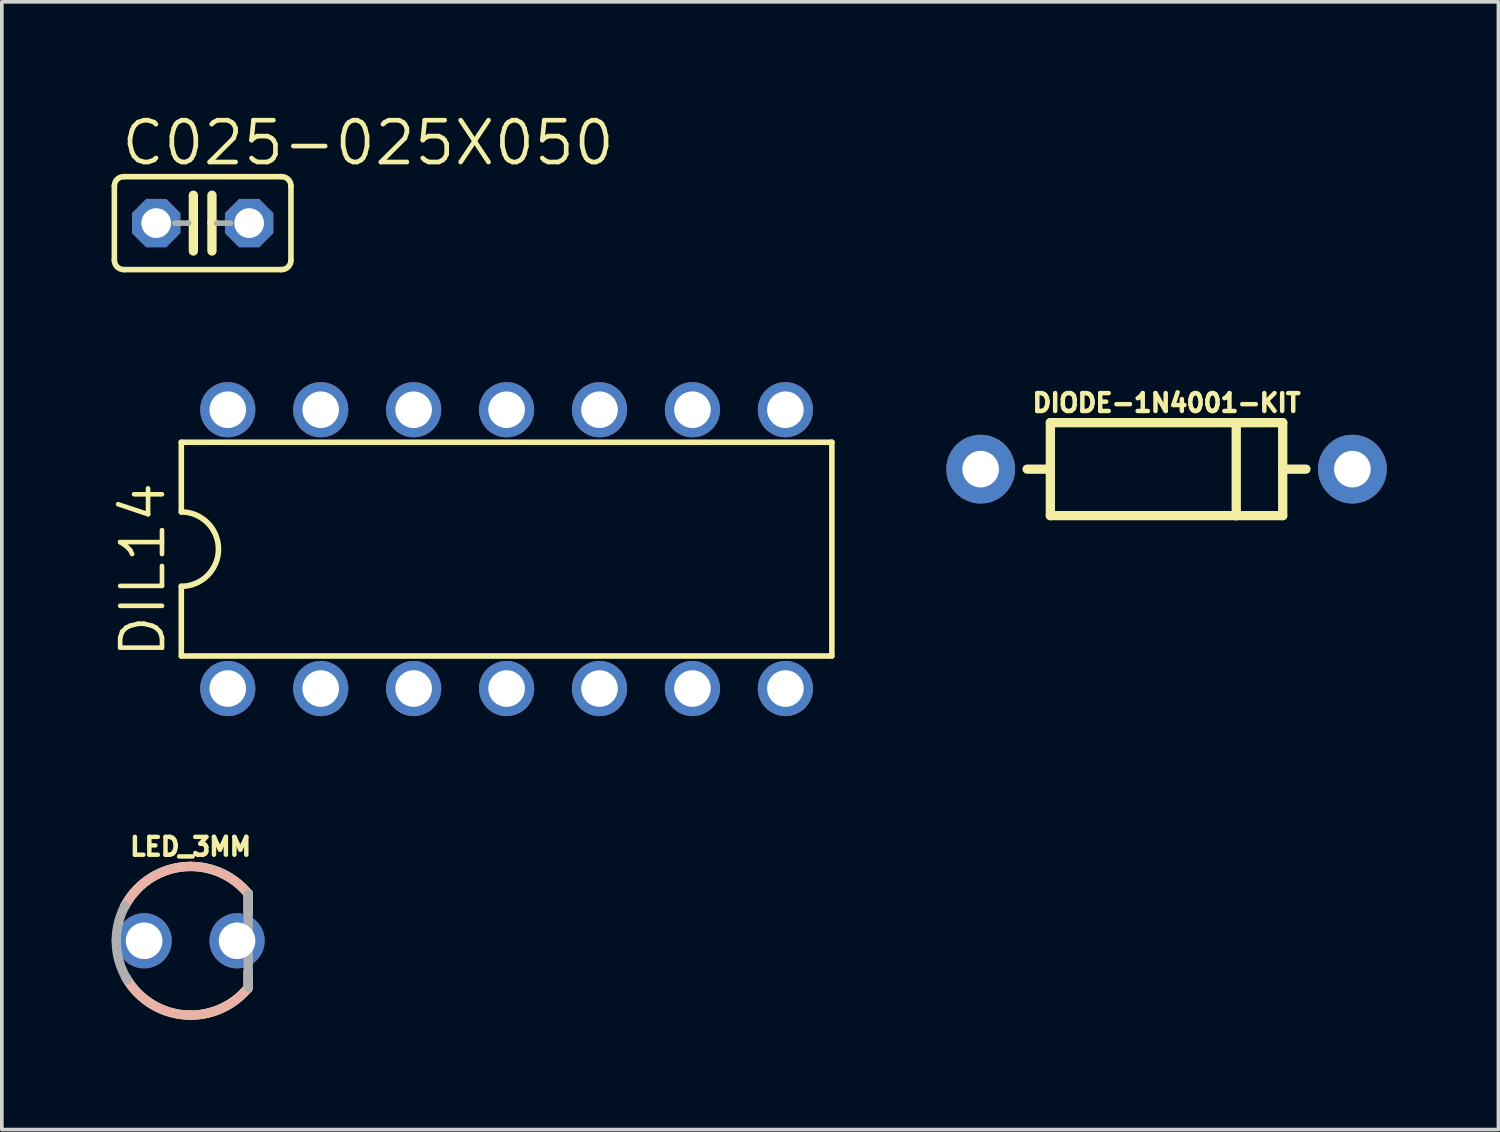
<source format=kicad_pcb>
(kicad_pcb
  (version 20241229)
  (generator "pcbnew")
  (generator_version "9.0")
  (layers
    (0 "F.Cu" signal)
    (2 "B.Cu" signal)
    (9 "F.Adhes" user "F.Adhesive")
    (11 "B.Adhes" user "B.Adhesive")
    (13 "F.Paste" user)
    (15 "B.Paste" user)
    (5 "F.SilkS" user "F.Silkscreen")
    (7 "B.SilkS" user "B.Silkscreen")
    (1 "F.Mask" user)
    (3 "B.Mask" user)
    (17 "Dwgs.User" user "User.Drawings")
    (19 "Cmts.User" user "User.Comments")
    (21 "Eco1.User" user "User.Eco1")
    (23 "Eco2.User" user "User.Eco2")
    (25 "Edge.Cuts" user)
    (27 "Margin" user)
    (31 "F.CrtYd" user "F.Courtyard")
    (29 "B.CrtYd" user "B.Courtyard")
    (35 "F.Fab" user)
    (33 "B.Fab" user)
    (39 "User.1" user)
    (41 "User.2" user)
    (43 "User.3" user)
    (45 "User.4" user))
  (footprint "DIL14"
    (layer "F.Cu")
    (at 10.795 11.958)
    (property "Reference" "DIL14" (at -9.271 3.048 90) (layer "F.SilkS") (effects (font (size 1.143 1.143) (thickness 0.127)) (justify left bottom)))
    (fp_line (start -8.89 -2.921) (end -8.89 -1.016) (stroke (width 0.152) (type solid)) (layer "F.SilkS"))
    (fp_line (start -8.89 2.921) (end -8.89 1.016) (stroke (width 0.152) (type solid)) (layer "F.SilkS"))
    (fp_line (start -8.89 2.921) (end 8.89 2.921) (stroke (width 0.152) (type solid)) (layer "F.SilkS"))
    (fp_line (start 8.89 -2.921) (end -8.89 -2.921) (stroke (width 0.152) (type solid)) (layer "F.SilkS"))
    (fp_line (start 8.89 -2.921) (end 8.89 2.921) (stroke (width 0.152) (type solid)) (layer "F.SilkS"))
    (fp_arc (start -8.89 -1.016) (mid -7.874 0) (end -8.89 1.016) (stroke (width 0.1524) (type solid)) (layer "F.SilkS"))
    (pad "1" thru_hole circle (at -7.62 3.81 90) (size 1.508 1.508) (drill 1) (layers "*.Cu" "*.Mask"))
    (pad "2" thru_hole circle (at -5.08 3.81 90) (size 1.508 1.508) (drill 1) (layers "*.Cu" "*.Mask"))
    (pad "3" thru_hole circle (at -2.54 3.81 90) (size 1.508 1.508) (drill 1) (layers "*.Cu" "*.Mask"))
    (pad "4" thru_hole circle (at 0 3.81 90) (size 1.508 1.508) (drill 1) (layers "*.Cu" "*.Mask"))
    (pad "5" thru_hole circle (at 2.54 3.81 90) (size 1.508 1.508) (drill 1) (layers "*.Cu" "*.Mask"))
    (pad "6" thru_hole circle (at 5.08 3.81 90) (size 1.508 1.508) (drill 1) (layers "*.Cu" "*.Mask"))
    (pad "7" thru_hole circle (at 7.62 3.81 90) (size 1.508 1.508) (drill 1) (layers "*.Cu" "*.Mask"))
    (pad "8" thru_hole circle (at 7.62 -3.81 90) (size 1.508 1.508) (drill 1) (layers "*.Cu" "*.Mask"))
    (pad "9" thru_hole circle (at 5.08 -3.81 90) (size 1.508 1.508) (drill 1) (layers "*.Cu" "*.Mask"))
    (pad "10" thru_hole circle (at 2.54 -3.81 90) (size 1.508 1.508) (drill 1) (layers "*.Cu" "*.Mask"))
    (pad "11" thru_hole circle (at 0 -3.81 90) (size 1.508 1.508) (drill 1) (layers "*.Cu" "*.Mask"))
    (pad "12" thru_hole circle (at -2.54 -3.81 90) (size 1.508 1.508) (drill 1) (layers "*.Cu" "*.Mask"))
    (pad "13" thru_hole circle (at -5.08 -3.81 90) (size 1.508 1.508) (drill 1) (layers "*.Cu" "*.Mask"))
    (pad "14" thru_hole circle (at -7.62 -3.81 90) (size 1.508 1.508) (drill 1) (layers "*.Cu" "*.Mask")))
  (footprint "C025-025X050"
    (layer "F.Cu")
    (at 2.489 3.048)
    (property "Reference" "C025-025X050" (at -2.286 -1.524 0) (layer "F.SilkS") (effects (font (size 1.143 1.143) (thickness 0.127)) (justify left bottom)))
    (fp_line (start -2.413 -1.016) (end -2.413 1.016) (stroke (width 0.152) (type solid)) (layer "F.SilkS"))
    (fp_line (start -2.159 -1.27) (end 2.159 -1.27) (stroke (width 0.152) (type solid)) (layer "F.SilkS"))
    (fp_line (start -0.254 -0.762) (end -0.254 0) (stroke (width 0.254) (type solid)) (layer "F.SilkS"))
    (fp_line (start -0.254 0) (end -0.381 0) (stroke (width 0.152) (type solid)) (layer "F.SilkS"))
    (fp_line (start -0.254 0) (end -0.254 0.762) (stroke (width 0.254) (type solid)) (layer "F.SilkS"))
    (fp_line (start 0.254 0) (end 0.254 -0.762) (stroke (width 0.254) (type solid)) (layer "F.SilkS"))
    (fp_line (start 0.254 0) (end 0.254 0.762) (stroke (width 0.254) (type solid)) (layer "F.SilkS"))
    (fp_line (start 0.381 0) (end 0.254 0) (stroke (width 0.152) (type solid)) (layer "F.SilkS"))
    (fp_line (start 2.159 1.27) (end -2.159 1.27) (stroke (width 0.152) (type solid)) (layer "F.SilkS"))
    (fp_line (start 2.413 -1.016) (end 2.413 1.016) (stroke (width 0.152) (type solid)) (layer "F.SilkS"))
    (fp_arc (start -2.413 -1.016) (mid -2.338605 -1.195605) (end -2.159 -1.27) (stroke (width 0.1524) (type solid)) (layer "F.SilkS"))
    (fp_arc (start -2.159 1.27) (mid -2.338605 1.195605) (end -2.413 1.016) (stroke (width 0.1524) (type solid)) (layer "F.SilkS"))
    (fp_arc (start 2.159 -1.27) (mid 2.338605 -1.195605) (end 2.413 -1.016) (stroke (width 0.1524) (type solid)) (layer "F.SilkS"))
    (fp_arc (start 2.413 1.016) (mid 2.338605 1.195605) (end 2.159 1.27) (stroke (width 0.1524) (type solid)) (layer "F.SilkS"))
    (fp_line (start -0.381 0) (end -0.762 0) (stroke (width 0.152) (type solid)) (layer "F.Fab"))
    (fp_line (start 0.762 0) (end 0.381 0) (stroke (width 0.152) (type solid)) (layer "F.Fab"))
    (pad "1" thru_hole roundrect (at -1.27 0) (size 1.321 1.321) (drill 0.813) (layers "*.Cu" "*.Mask") (roundrect_rratio 0.25) (chamfer_ratio 0.293) (chamfer top_left top_right bottom_left bottom_right))
    (pad "2" thru_hole roundrect (at 1.27 0) (size 1.321 1.321) (drill 0.813) (layers "*.Cu" "*.Mask") (roundrect_rratio 0.25) (chamfer_ratio 0.293) (chamfer top_left top_right bottom_left bottom_right)))
  (footprint "DIODE-1N4001-KIT"
    (layer "F.Cu")
    (at 28.832 9.772)
    (property "Reference" "DIODE-1N4001-KIT" (at 0 -1.524 0) (layer "F.SilkS") (effects (font (size 0.488 0.488) (thickness 0.122)) (justify bottom)))
    (fp_circle (center -5.08 0) (end -4.826 0) (stroke (width 0.508) (type solid)) (fill yes) (layer "F.Mask"))
    (fp_circle (center 5.08 0) (end 5.334 0) (stroke (width 0.508) (type solid)) (fill yes) (layer "F.Mask"))
    (fp_circle (center -5.08 0) (end -4.585 0) (stroke (width 0.991) (type solid)) (fill yes) (layer "B.Mask"))
    (fp_circle (center 5.08 0) (end 5.575 0) (stroke (width 0.991) (type solid)) (fill yes) (layer "B.Mask"))
    (fp_line (start -3.175 -1.27) (end -3.175 0) (stroke (width 0.254) (type solid)) (layer "F.SilkS"))
    (fp_line (start -3.175 0) (end -3.81 0) (stroke (width 0.254) (type solid)) (layer "F.SilkS"))
    (fp_line (start -3.175 0) (end -3.175 1.27) (stroke (width 0.254) (type solid)) (layer "F.SilkS"))
    (fp_line (start -3.175 1.27) (end 1.905 1.27) (stroke (width 0.254) (type solid)) (layer "F.SilkS"))
    (fp_line (start 1.905 -1.27) (end -3.175 -1.27) (stroke (width 0.254) (type solid)) (layer "F.SilkS"))
    (fp_line (start 1.905 -1.27) (end 1.905 1.27) (stroke (width 0.254) (type solid)) (layer "F.SilkS"))
    (fp_line (start 1.905 1.27) (end 3.175 1.27) (stroke (width 0.254) (type solid)) (layer "F.SilkS"))
    (fp_line (start 3.175 -1.27) (end 1.905 -1.27) (stroke (width 0.254) (type solid)) (layer "F.SilkS"))
    (fp_line (start 3.175 0) (end 3.175 -1.27) (stroke (width 0.254) (type solid)) (layer "F.SilkS"))
    (fp_line (start 3.175 0) (end 3.81 0) (stroke (width 0.254) (type solid)) (layer "F.SilkS"))
    (fp_line (start 3.175 1.27) (end 3.175 0) (stroke (width 0.254) (type solid)) (layer "F.SilkS"))
    (pad "A" thru_hole circle (at -5.08 0) (size 1.88 1.88) (drill 1) (layers "*.Cu"))
    (pad "C" thru_hole circle (at 5.08 0) (size 1.88 1.88) (drill 1) (layers "*.Cu")))
  (footprint "LED_3MM"
    (layer "F.Cu")
    (at 2.159 22.662)
    (property "Reference" "LED_3MM" (at 0 -2.286 0) (layer "F.SilkS") (effects (font (size 0.488 0.488) (thickness 0.122)) (justify bottom)))
    (fp_line (start 1.575 -1.295) (end 1.575 -0.787) (stroke (width 0.254) (type solid)) (layer "F.SilkS"))
    (fp_line (start 1.575 1.295) (end 1.575 0.838) (stroke (width 0.254) (type solid)) (layer "F.SilkS"))
    (fp_arc (start -1.7929 -0.9562) (mid -1.045438 -1.7424) (end 0 -2.032) (stroke (width 0.254) (type solid)) (layer "F.SilkS"))
    (fp_arc (start 0 -2.032) (mid 0.861864 -1.840173) (end 1.561 -1.3009) (stroke (width 0.254) (type solid)) (layer "F.SilkS"))
    (fp_arc (start 0 2.032) (mid -1.019924 1.757525) (end -1.7643 1.0082) (stroke (width 0.254) (type solid)) (layer "F.SilkS"))
    (fp_arc (start 1.5512 1.3126) (mid 0.854953 1.843405) (end 0 2.032) (stroke (width 0.254) (type solid)) (layer "F.SilkS"))
    (fp_line (start 1.575 -1.295) (end 1.575 -0.787) (stroke (width 0.254) (type solid)) (layer "B.SilkS"))
    (fp_line (start 1.575 1.295) (end 1.575 0.838) (stroke (width 0.254) (type solid)) (layer "B.SilkS"))
    (fp_arc (start -1.7929 -0.9562) (mid -1.045438 -1.7424) (end 0 -2.032) (stroke (width 0.254) (type solid)) (layer "B.SilkS"))
    (fp_arc (start 0 -2.032) (mid 0.861864 -1.840173) (end 1.561 -1.3009) (stroke (width 0.254) (type solid)) (layer "B.SilkS"))
    (fp_arc (start 0 2.032) (mid -1.019924 1.757525) (end -1.7643 1.0082) (stroke (width 0.254) (type solid)) (layer "B.SilkS"))
    (fp_arc (start 1.5512 1.3126) (mid 0.854953 1.843405) (end 0 2.032) (stroke (width 0.254) (type solid)) (layer "B.SilkS"))
    (fp_line (start 1.575 1.27) (end 1.575 -1.27) (stroke (width 0.254) (type solid)) (layer "F.Fab"))
    (fp_arc (start -2.032 0) (mid -1.970339 -0.496775) (end -1.7891 -0.9634) (stroke (width 0.254) (type solid)) (layer "F.Fab"))
    (fp_arc (start -1.7306 1.065) (mid -1.95521 0.553417) (end -2.032 0) (stroke (width 0.254) (type solid)) (layer "F.Fab"))
    (pad "A" thru_hole circle (at -1.27 0) (size 1.508 1.508) (drill 1) (layers "*.Cu" "*.Mask"))
    (pad "K" thru_hole circle (at 1.27 0) (size 1.508 1.508) (drill 1) (layers "*.Cu" "*.Mask")))
  (gr_rect
    (start -3 -3)
    (end 37.902 27.821)
    (stroke (width 0.1) (type default))
    (fill no)
    (layer "Edge.Cuts")))
</source>
